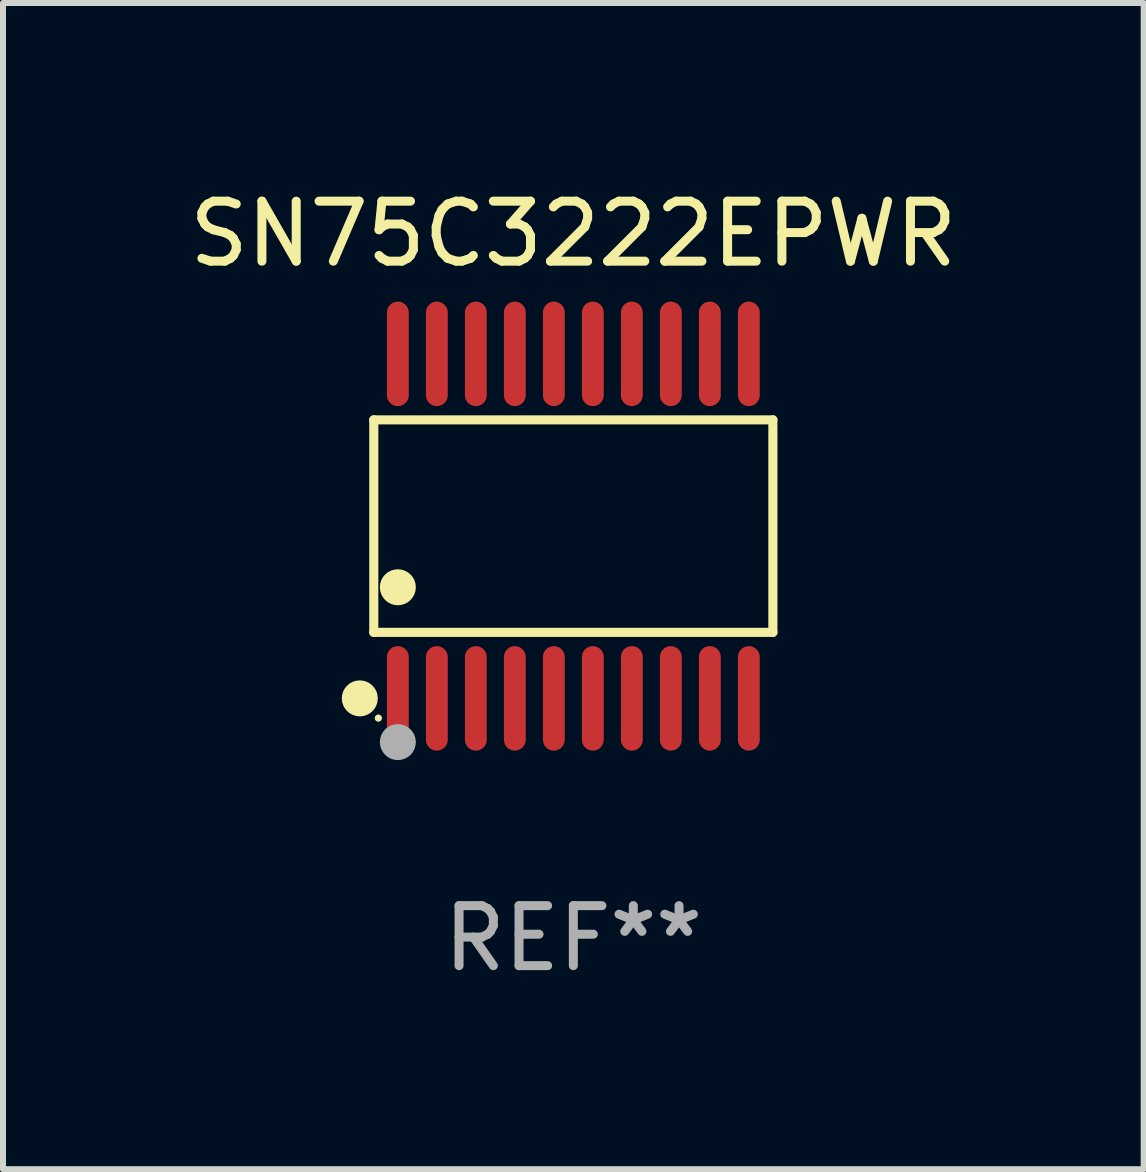
<source format=kicad_pcb>
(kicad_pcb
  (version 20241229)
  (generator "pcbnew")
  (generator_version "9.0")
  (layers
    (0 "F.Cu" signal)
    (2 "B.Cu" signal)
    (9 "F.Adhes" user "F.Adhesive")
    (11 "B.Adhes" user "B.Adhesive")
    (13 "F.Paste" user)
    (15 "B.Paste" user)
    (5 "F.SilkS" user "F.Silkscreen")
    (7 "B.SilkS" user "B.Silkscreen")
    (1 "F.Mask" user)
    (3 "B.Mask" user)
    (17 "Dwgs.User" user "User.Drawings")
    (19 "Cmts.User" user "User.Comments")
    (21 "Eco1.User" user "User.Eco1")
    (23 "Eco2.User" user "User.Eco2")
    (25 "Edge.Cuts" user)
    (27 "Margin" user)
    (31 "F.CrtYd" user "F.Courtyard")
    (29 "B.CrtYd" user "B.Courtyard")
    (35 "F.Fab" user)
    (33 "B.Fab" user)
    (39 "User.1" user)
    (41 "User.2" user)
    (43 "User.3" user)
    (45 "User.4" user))
  (footprint "SN75C3222EPWR"
    (layer "F.Cu")
    (at 6.506 5.719)
    (property "Reference" "SN75C3222EPWR" (at 0 -4.871 0) (layer "F.SilkS") (effects (font (size 1 1) (thickness 0.15))))
    (attr through_hole)
    (fp_line (start -3.326 -1.771) (end 3.326 -1.771) (stroke (width 0.152) (type solid)) (layer "F.SilkS"))
    (fp_line (start -3.326 1.771) (end -3.326 -1.771) (stroke (width 0.152) (type solid)) (layer "F.SilkS"))
    (fp_line (start 3.326 -1.771) (end 3.326 1.771) (stroke (width 0.152) (type solid)) (layer "F.SilkS"))
    (fp_line (start 3.326 1.771) (end -3.326 1.771) (stroke (width 0.152) (type solid)) (layer "F.SilkS"))
    (fp_circle (center -3.559 2.871) (end -3.409 2.871) (stroke (width 0.3) (type solid)) (fill no) (layer "F.SilkS"))
    (fp_circle (center -3.25 3.2) (end -3.22 3.2) (stroke (width 0.06) (type solid)) (fill no) (layer "F.SilkS"))
    (fp_circle (center -2.925 1.019) (end -2.775 1.019) (stroke (width 0.3) (type solid)) (fill no) (layer "F.SilkS"))
    (fp_circle (center -2.925 3.6) (end -2.775 3.6) (stroke (width 0.3) (type solid)) (fill no) (layer "F.Fab"))
    (fp_text user "REF**" (at 0 6.871 0) (layer "F.Fab") (effects (font (size 1 1) (thickness 0.15))))
    (pad "1" smd oval (at -2.925 2.871) (size 0.364 1.742) (layers "F.Cu" "F.Mask" "F.Paste"))
    (pad "2" smd oval (at -2.275 2.871) (size 0.364 1.742) (layers "F.Cu" "F.Mask" "F.Paste"))
    (pad "3" smd oval (at -1.625 2.871) (size 0.364 1.742) (layers "F.Cu" "F.Mask" "F.Paste"))
    (pad "4" smd oval (at -0.975 2.871) (size 0.364 1.742) (layers "F.Cu" "F.Mask" "F.Paste"))
    (pad "5" smd oval (at -0.325 2.871) (size 0.364 1.742) (layers "F.Cu" "F.Mask" "F.Paste"))
    (pad "6" smd oval (at 0.325 2.871) (size 0.364 1.742) (layers "F.Cu" "F.Mask" "F.Paste"))
    (pad "7" smd oval (at 0.975 2.871) (size 0.364 1.742) (layers "F.Cu" "F.Mask" "F.Paste"))
    (pad "8" smd oval (at 1.625 2.871) (size 0.364 1.742) (layers "F.Cu" "F.Mask" "F.Paste"))
    (pad "9" smd oval (at 2.275 2.871) (size 0.364 1.742) (layers "F.Cu" "F.Mask" "F.Paste"))
    (pad "10" smd oval (at 2.925 2.871) (size 0.364 1.742) (layers "F.Cu" "F.Mask" "F.Paste"))
    (pad "11" smd oval (at 2.925 -2.871) (size 0.364 1.742) (layers "F.Cu" "F.Mask" "F.Paste"))
    (pad "12" smd oval (at 2.275 -2.871) (size 0.364 1.742) (layers "F.Cu" "F.Mask" "F.Paste"))
    (pad "13" smd oval (at 1.625 -2.871) (size 0.364 1.742) (layers "F.Cu" "F.Mask" "F.Paste"))
    (pad "14" smd oval (at 0.975 -2.871) (size 0.364 1.742) (layers "F.Cu" "F.Mask" "F.Paste"))
    (pad "15" smd oval (at 0.325 -2.871) (size 0.364 1.742) (layers "F.Cu" "F.Mask" "F.Paste"))
    (pad "16" smd oval (at -0.325 -2.871) (size 0.364 1.742) (layers "F.Cu" "F.Mask" "F.Paste"))
    (pad "17" smd oval (at -0.975 -2.871) (size 0.364 1.742) (layers "F.Cu" "F.Mask" "F.Paste"))
    (pad "18" smd oval (at -1.625 -2.871) (size 0.364 1.742) (layers "F.Cu" "F.Mask" "F.Paste"))
    (pad "19" smd oval (at -2.275 -2.871) (size 0.364 1.742) (layers "F.Cu" "F.Mask" "F.Paste"))
    (pad "20" smd oval (at -2.925 -2.871) (size 0.364 1.742) (layers "F.Cu" "F.Mask" "F.Paste")))
  (gr_rect
    (start -3 -3)
    (end 16.012 16.438)
    (stroke (width 0.1) (type default))
    (fill no)
    (layer "Edge.Cuts")))
</source>
